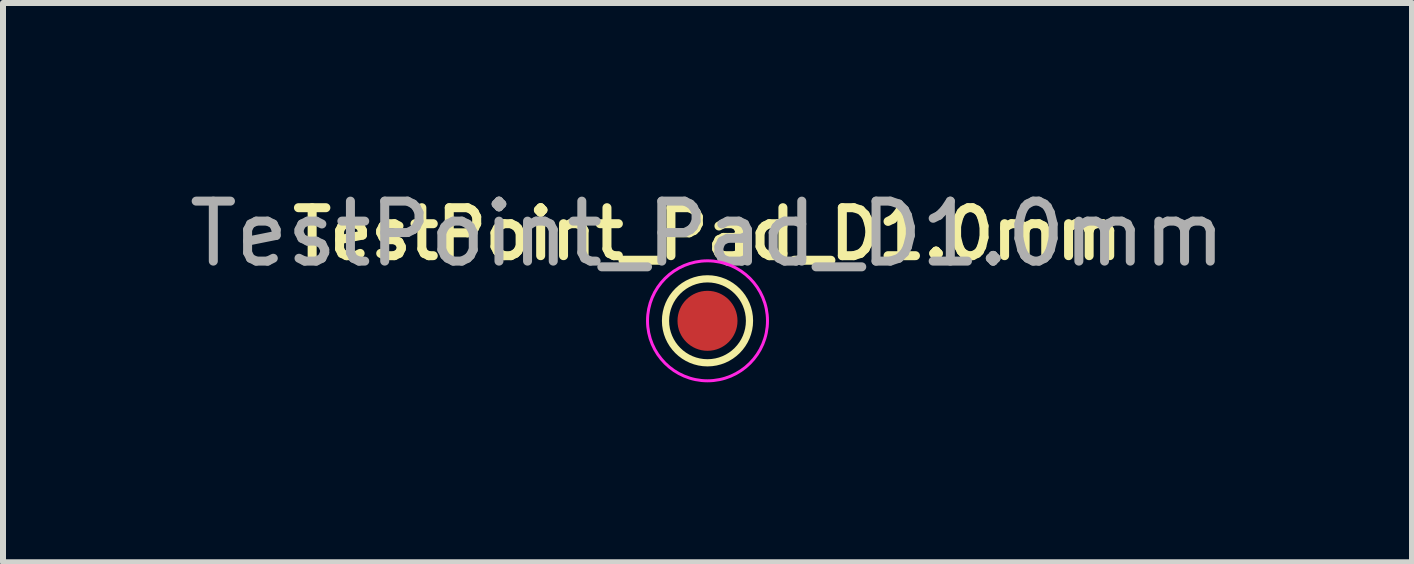
<source format=kicad_pcb>
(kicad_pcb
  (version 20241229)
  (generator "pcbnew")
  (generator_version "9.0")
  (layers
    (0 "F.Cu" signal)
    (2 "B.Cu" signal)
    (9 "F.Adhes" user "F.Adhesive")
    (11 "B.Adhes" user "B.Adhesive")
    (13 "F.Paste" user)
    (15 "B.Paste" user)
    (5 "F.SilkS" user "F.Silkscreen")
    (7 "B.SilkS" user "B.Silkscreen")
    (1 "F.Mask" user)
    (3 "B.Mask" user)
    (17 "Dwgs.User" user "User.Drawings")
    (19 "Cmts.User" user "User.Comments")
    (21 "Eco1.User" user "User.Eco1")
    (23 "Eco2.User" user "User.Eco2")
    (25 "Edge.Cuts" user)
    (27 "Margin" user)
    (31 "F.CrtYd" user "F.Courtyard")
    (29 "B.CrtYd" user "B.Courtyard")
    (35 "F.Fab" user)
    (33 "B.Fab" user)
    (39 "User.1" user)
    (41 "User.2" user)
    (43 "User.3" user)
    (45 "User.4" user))
  (footprint "TestPoint_Pad_D1.0mm"
    (layer "F.Cu")
    (at 8.744 2.298)
    (property "Reference" "TestPoint_Pad_D1.0mm" (at 0 -1.448 180) (layer "F.SilkS") (effects (font (size 0.8 0.8) (thickness 0.15))))
    (attr exclude_from_pos_files)
    (fp_circle (center 0 0) (end 0 0.7) (stroke (width 0.12) (type solid)) (fill no) (layer "F.SilkS"))
    (fp_circle (center 0 0) (end 1 0) (stroke (width 0.05) (type solid)) (fill no) (layer "F.CrtYd"))
    (fp_text user "${REFERENCE}" (at 0 -1.45 180) (layer "F.Fab") (effects (font (size 1 1) (thickness 0.15))))
    (pad "1" smd circle (at 0 0) (size 1 1) (layers "F.Cu" "F.Mask")))
  (gr_rect
    (start -3 -3)
    (end 20.488 6.323)
    (stroke (width 0.1) (type default))
    (fill no)
    (layer "Edge.Cuts")))
</source>
